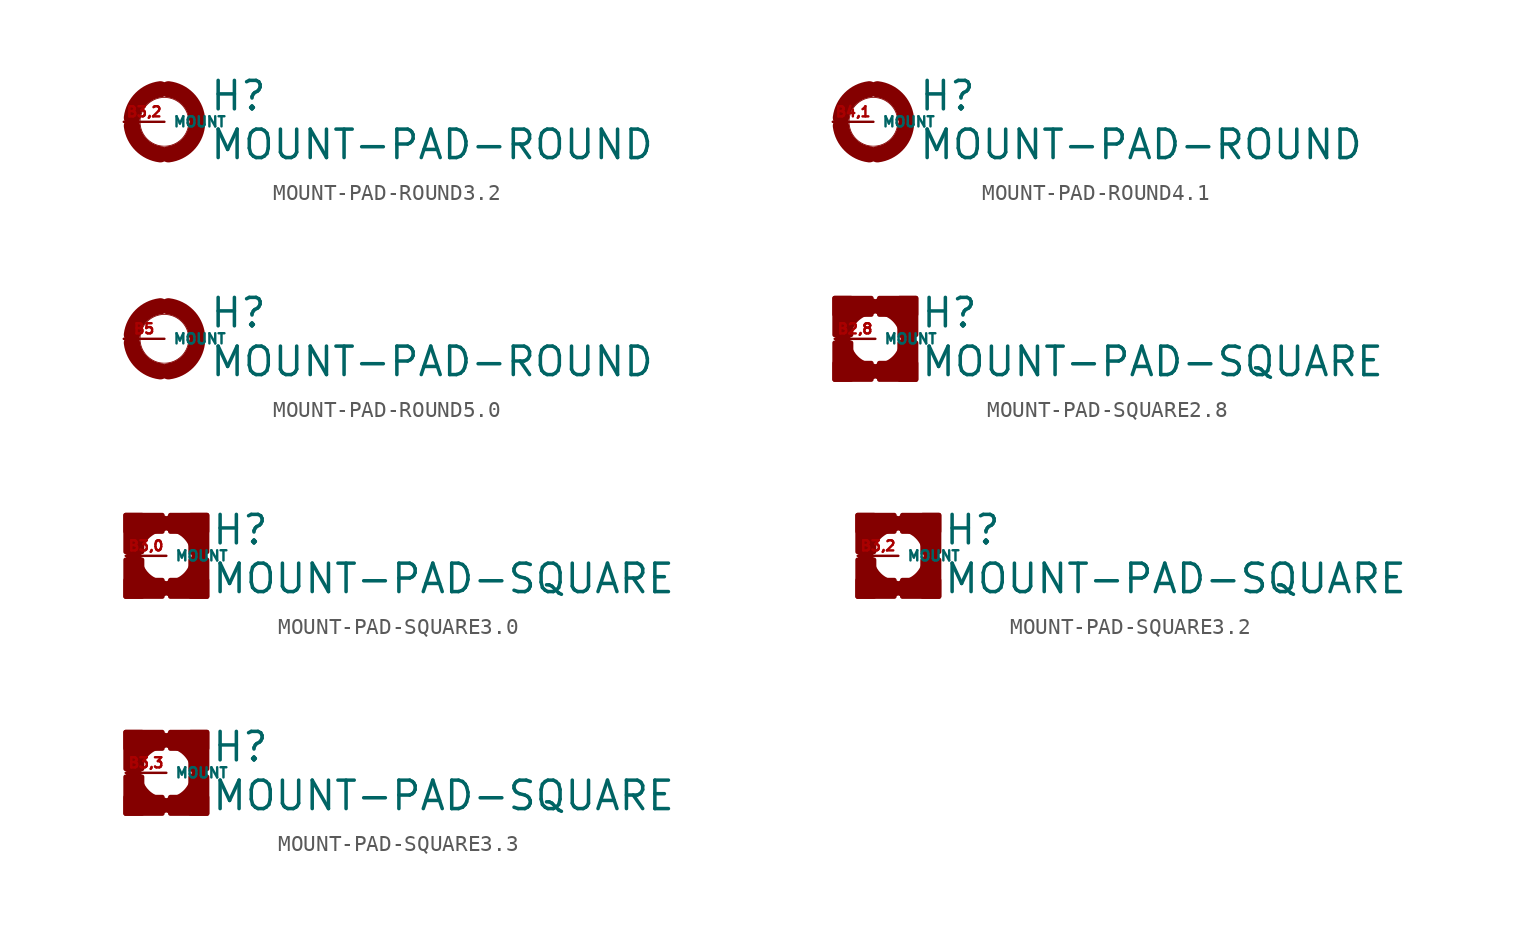
<source format=kicad_sym>
(kicad_symbol_lib
  (version 20220914)
  (generator Eagle2Kicad)
  (symbol "MOUNT-PAD-ROUND3.2"
    (property "Reference" "H"
      (at 2.794 0.584 0)
      (effects (font (size 1.778 1.778) (thickness 0.22)) (justify left bottom)))
    (property "Value" "MOUNT-PAD-ROUND"
      (at 2.794 -2.464 0)
      (effects (font (size 1.778 1.778) (thickness 0.22)) (justify left bottom)))
    (arc
      (start 2.032 0.254)
      (mid 1.448 1.448)
      (end 0.254 2.032)
      (stroke (width 1.016) (type default))
      (fill (type none)))
    (arc
      (start -0.254 2.032)
      (mid -1.448 1.448)
      (end -2.032 0.254)
      (stroke (width 1.016) (type default))
      (fill (type none)))
    (arc
      (start -2.032 -0.254)
      (mid -1.448 -1.448)
      (end -0.254 -2.032)
      (stroke (width 1.016) (type default))
      (fill (type none)))
    (arc
      (start 0.254 -2.032)
      (mid 1.448 -1.448)
      (end 2.032 -0.254)
      (stroke (width 1.016) (type default))
      (fill (type none)))
    (circle
      (center 0 0)
      (radius 1.524)
      (stroke (width 0.051) (type default))
      (fill (type none)))
    (pin passive line
      (at -2.54 0 0)
      (length 2.54)
      (name "MOUNT" (effects (font (size 0.635 0.635) (thickness 0.08)) (justify left bottom)))
      (number "B3,2" (effects (font (size 0.635 0.635) (thickness 0.08)) (justify left bottom)))))
  (symbol "MOUNT-PAD-ROUND4.1"
    (property "Reference" "H"
      (at 2.794 0.584 0)
      (effects (font (size 1.778 1.778) (thickness 0.22)) (justify left bottom)))
    (property "Value" "MOUNT-PAD-ROUND"
      (at 2.794 -2.464 0)
      (effects (font (size 1.778 1.778) (thickness 0.22)) (justify left bottom)))
    (arc
      (start 2.032 0.254)
      (mid 1.448 1.448)
      (end 0.254 2.032)
      (stroke (width 1.016) (type default))
      (fill (type none)))
    (arc
      (start -0.254 2.032)
      (mid -1.448 1.448)
      (end -2.032 0.254)
      (stroke (width 1.016) (type default))
      (fill (type none)))
    (arc
      (start -2.032 -0.254)
      (mid -1.448 -1.448)
      (end -0.254 -2.032)
      (stroke (width 1.016) (type default))
      (fill (type none)))
    (arc
      (start 0.254 -2.032)
      (mid 1.448 -1.448)
      (end 2.032 -0.254)
      (stroke (width 1.016) (type default))
      (fill (type none)))
    (circle
      (center 0 0)
      (radius 1.524)
      (stroke (width 0.051) (type default))
      (fill (type none)))
    (pin passive line
      (at -2.54 0 0)
      (length 2.54)
      (name "MOUNT" (effects (font (size 0.635 0.635) (thickness 0.08)) (justify left bottom)))
      (number "B4,1" (effects (font (size 0.635 0.635) (thickness 0.08)) (justify left bottom)))))
  (symbol "MOUNT-PAD-ROUND5.0"
    (property "Reference" "H"
      (at 2.794 0.584 0)
      (effects (font (size 1.778 1.778) (thickness 0.22)) (justify left bottom)))
    (property "Value" "MOUNT-PAD-ROUND"
      (at 2.794 -2.464 0)
      (effects (font (size 1.778 1.778) (thickness 0.22)) (justify left bottom)))
    (arc
      (start 2.032 0.254)
      (mid 1.448 1.448)
      (end 0.254 2.032)
      (stroke (width 1.016) (type default))
      (fill (type none)))
    (arc
      (start -0.254 2.032)
      (mid -1.448 1.448)
      (end -2.032 0.254)
      (stroke (width 1.016) (type default))
      (fill (type none)))
    (arc
      (start -2.032 -0.254)
      (mid -1.448 -1.448)
      (end -0.254 -2.032)
      (stroke (width 1.016) (type default))
      (fill (type none)))
    (arc
      (start 0.254 -2.032)
      (mid 1.448 -1.448)
      (end 2.032 -0.254)
      (stroke (width 1.016) (type default))
      (fill (type none)))
    (circle
      (center 0 0)
      (radius 1.524)
      (stroke (width 0.051) (type default))
      (fill (type none)))
    (pin passive line
      (at -2.54 0 0)
      (length 2.54)
      (name "MOUNT" (effects (font (size 0.635 0.635) (thickness 0.08)) (justify left bottom)))
      (number "B5" (effects (font (size 0.635 0.635) (thickness 0.08)) (justify left bottom)))))
  (symbol "MOUNT-PAD-SQUARE2.8"
    (property "Reference" "H"
      (at 2.794 0.584 0)
      (effects (font (size 1.778 1.778) (thickness 0.22)) (justify left bottom)))
    (property "Value" "MOUNT-PAD-SQUARE"
      (at 2.794 -2.464 0)
      (effects (font (size 1.778 1.778) (thickness 0.22)) (justify left bottom)))
    (arc
      (start 2.032 0.254)
      (mid 1.448 1.448)
      (end 0.254 2.032)
      (stroke (width 1.016) (type default))
      (fill (type none)))
    (arc
      (start -0.254 2.032)
      (mid -1.448 1.448)
      (end -2.032 0.254)
      (stroke (width 1.016) (type default))
      (fill (type none)))
    (arc
      (start -2.032 -0.254)
      (mid -1.448 -1.448)
      (end -0.254 -2.032)
      (stroke (width 1.016) (type default))
      (fill (type none)))
    (arc
      (start 0.254 -2.032)
      (mid 1.448 -1.448)
      (end 2.032 -0.254)
      (stroke (width 1.016) (type default))
      (fill (type none)))
    (rectangle
      (start -2.54 0.254)
      (end -1.524 2.54)
      (stroke (width 0.3) (type default))
      (fill (type outline)))
    (rectangle
      (start -2.54 1.524)
      (end -0.254 2.54)
      (stroke (width 0.3) (type default))
      (fill (type outline)))
    (rectangle
      (start -2.54 -2.54)
      (end -1.524 -0.254)
      (stroke (width 0.3) (type default))
      (fill (type outline)))
    (rectangle
      (start -2.54 -2.54)
      (end -0.254 -1.524)
      (stroke (width 0.3) (type default))
      (fill (type outline)))
    (rectangle
      (start 1.524 -2.54)
      (end 2.54 -0.254)
      (stroke (width 0.3) (type default))
      (fill (type outline)))
    (rectangle
      (start 0.254 -2.54)
      (end 2.54 -1.524)
      (stroke (width 0.3) (type default))
      (fill (type outline)))
    (rectangle
      (start 0.254 1.524)
      (end 2.54 2.54)
      (stroke (width 0.3) (type default))
      (fill (type outline)))
    (rectangle
      (start 1.524 0.254)
      (end 2.54 2.54)
      (stroke (width 0.3) (type default))
      (fill (type outline)))
    (pin passive line
      (at -2.54 0 0)
      (length 2.54)
      (name "MOUNT" (effects (font (size 0.635 0.635) (thickness 0.08)) (justify left bottom)))
      (number "B2,8" (effects (font (size 0.635 0.635) (thickness 0.08)) (justify left bottom)))))
  (symbol "MOUNT-PAD-SQUARE3.0"
    (property "Reference" "H"
      (at 2.794 0.584 0)
      (effects (font (size 1.778 1.778) (thickness 0.22)) (justify left bottom)))
    (property "Value" "MOUNT-PAD-SQUARE"
      (at 2.794 -2.464 0)
      (effects (font (size 1.778 1.778) (thickness 0.22)) (justify left bottom)))
    (arc
      (start 2.032 0.254)
      (mid 1.448 1.448)
      (end 0.254 2.032)
      (stroke (width 1.016) (type default))
      (fill (type none)))
    (arc
      (start -0.254 2.032)
      (mid -1.448 1.448)
      (end -2.032 0.254)
      (stroke (width 1.016) (type default))
      (fill (type none)))
    (arc
      (start -2.032 -0.254)
      (mid -1.448 -1.448)
      (end -0.254 -2.032)
      (stroke (width 1.016) (type default))
      (fill (type none)))
    (arc
      (start 0.254 -2.032)
      (mid 1.448 -1.448)
      (end 2.032 -0.254)
      (stroke (width 1.016) (type default))
      (fill (type none)))
    (rectangle
      (start -2.54 0.254)
      (end -1.524 2.54)
      (stroke (width 0.3) (type default))
      (fill (type outline)))
    (rectangle
      (start -2.54 1.524)
      (end -0.254 2.54)
      (stroke (width 0.3) (type default))
      (fill (type outline)))
    (rectangle
      (start -2.54 -2.54)
      (end -1.524 -0.254)
      (stroke (width 0.3) (type default))
      (fill (type outline)))
    (rectangle
      (start -2.54 -2.54)
      (end -0.254 -1.524)
      (stroke (width 0.3) (type default))
      (fill (type outline)))
    (rectangle
      (start 1.524 -2.54)
      (end 2.54 -0.254)
      (stroke (width 0.3) (type default))
      (fill (type outline)))
    (rectangle
      (start 0.254 -2.54)
      (end 2.54 -1.524)
      (stroke (width 0.3) (type default))
      (fill (type outline)))
    (rectangle
      (start 0.254 1.524)
      (end 2.54 2.54)
      (stroke (width 0.3) (type default))
      (fill (type outline)))
    (rectangle
      (start 1.524 0.254)
      (end 2.54 2.54)
      (stroke (width 0.3) (type default))
      (fill (type outline)))
    (pin passive line
      (at -2.54 0 0)
      (length 2.54)
      (name "MOUNT" (effects (font (size 0.635 0.635) (thickness 0.08)) (justify left bottom)))
      (number "B3,0" (effects (font (size 0.635 0.635) (thickness 0.08)) (justify left bottom)))))
  (symbol "MOUNT-PAD-SQUARE3.2"
    (property "Reference" "H"
      (at 2.794 0.584 0)
      (effects (font (size 1.778 1.778) (thickness 0.22)) (justify left bottom)))
    (property "Value" "MOUNT-PAD-SQUARE"
      (at 2.794 -2.464 0)
      (effects (font (size 1.778 1.778) (thickness 0.22)) (justify left bottom)))
    (arc
      (start 2.032 0.254)
      (mid 1.448 1.448)
      (end 0.254 2.032)
      (stroke (width 1.016) (type default))
      (fill (type none)))
    (arc
      (start -0.254 2.032)
      (mid -1.448 1.448)
      (end -2.032 0.254)
      (stroke (width 1.016) (type default))
      (fill (type none)))
    (arc
      (start -2.032 -0.254)
      (mid -1.448 -1.448)
      (end -0.254 -2.032)
      (stroke (width 1.016) (type default))
      (fill (type none)))
    (arc
      (start 0.254 -2.032)
      (mid 1.448 -1.448)
      (end 2.032 -0.254)
      (stroke (width 1.016) (type default))
      (fill (type none)))
    (rectangle
      (start -2.54 0.254)
      (end -1.524 2.54)
      (stroke (width 0.3) (type default))
      (fill (type outline)))
    (rectangle
      (start -2.54 1.524)
      (end -0.254 2.54)
      (stroke (width 0.3) (type default))
      (fill (type outline)))
    (rectangle
      (start -2.54 -2.54)
      (end -1.524 -0.254)
      (stroke (width 0.3) (type default))
      (fill (type outline)))
    (rectangle
      (start -2.54 -2.54)
      (end -0.254 -1.524)
      (stroke (width 0.3) (type default))
      (fill (type outline)))
    (rectangle
      (start 1.524 -2.54)
      (end 2.54 -0.254)
      (stroke (width 0.3) (type default))
      (fill (type outline)))
    (rectangle
      (start 0.254 -2.54)
      (end 2.54 -1.524)
      (stroke (width 0.3) (type default))
      (fill (type outline)))
    (rectangle
      (start 0.254 1.524)
      (end 2.54 2.54)
      (stroke (width 0.3) (type default))
      (fill (type outline)))
    (rectangle
      (start 1.524 0.254)
      (end 2.54 2.54)
      (stroke (width 0.3) (type default))
      (fill (type outline)))
    (pin passive line
      (at -2.54 0 0)
      (length 2.54)
      (name "MOUNT" (effects (font (size 0.635 0.635) (thickness 0.08)) (justify left bottom)))
      (number "B3,2" (effects (font (size 0.635 0.635) (thickness 0.08)) (justify left bottom)))))
  (symbol "MOUNT-PAD-SQUARE3.3"
    (property "Reference" "H"
      (at 2.794 0.584 0)
      (effects (font (size 1.778 1.778) (thickness 0.22)) (justify left bottom)))
    (property "Value" "MOUNT-PAD-SQUARE"
      (at 2.794 -2.464 0)
      (effects (font (size 1.778 1.778) (thickness 0.22)) (justify left bottom)))
    (arc
      (start 2.032 0.254)
      (mid 1.448 1.448)
      (end 0.254 2.032)
      (stroke (width 1.016) (type default))
      (fill (type none)))
    (arc
      (start -0.254 2.032)
      (mid -1.448 1.448)
      (end -2.032 0.254)
      (stroke (width 1.016) (type default))
      (fill (type none)))
    (arc
      (start -2.032 -0.254)
      (mid -1.448 -1.448)
      (end -0.254 -2.032)
      (stroke (width 1.016) (type default))
      (fill (type none)))
    (arc
      (start 0.254 -2.032)
      (mid 1.448 -1.448)
      (end 2.032 -0.254)
      (stroke (width 1.016) (type default))
      (fill (type none)))
    (rectangle
      (start -2.54 0.254)
      (end -1.524 2.54)
      (stroke (width 0.3) (type default))
      (fill (type outline)))
    (rectangle
      (start -2.54 1.524)
      (end -0.254 2.54)
      (stroke (width 0.3) (type default))
      (fill (type outline)))
    (rectangle
      (start -2.54 -2.54)
      (end -1.524 -0.254)
      (stroke (width 0.3) (type default))
      (fill (type outline)))
    (rectangle
      (start -2.54 -2.54)
      (end -0.254 -1.524)
      (stroke (width 0.3) (type default))
      (fill (type outline)))
    (rectangle
      (start 1.524 -2.54)
      (end 2.54 -0.254)
      (stroke (width 0.3) (type default))
      (fill (type outline)))
    (rectangle
      (start 0.254 -2.54)
      (end 2.54 -1.524)
      (stroke (width 0.3) (type default))
      (fill (type outline)))
    (rectangle
      (start 0.254 1.524)
      (end 2.54 2.54)
      (stroke (width 0.3) (type default))
      (fill (type outline)))
    (rectangle
      (start 1.524 0.254)
      (end 2.54 2.54)
      (stroke (width 0.3) (type default))
      (fill (type outline)))
    (pin passive line
      (at -2.54 0 0)
      (length 2.54)
      (name "MOUNT" (effects (font (size 0.635 0.635) (thickness 0.08)) (justify left bottom)))
      (number "B3,3" (effects (font (size 0.635 0.635) (thickness 0.08)) (justify left bottom))))))
</source>
